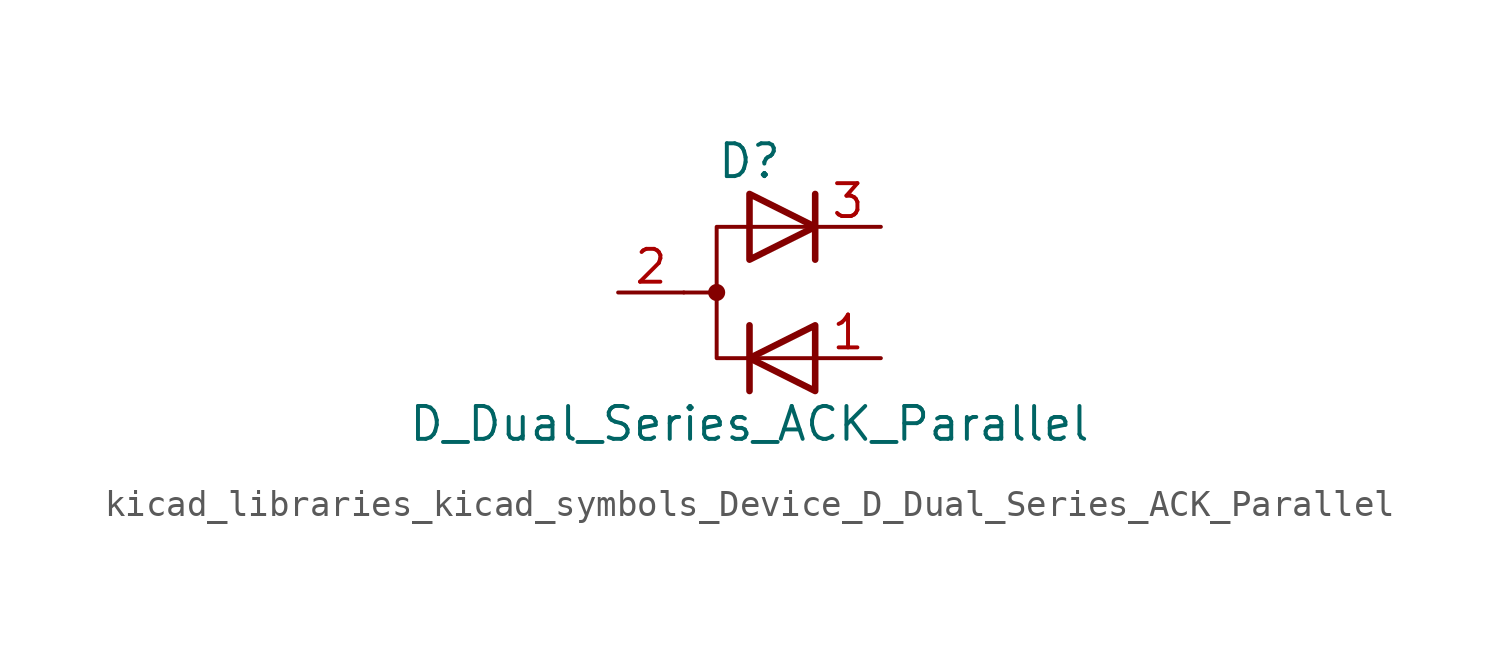
<source format=kicad_sym>
(kicad_symbol_lib
  (version 20220914)
  (generator kicad_symbol_editor)
  (symbol "kicad_libraries_kicad_symbols_Device_D_Dual_Series_ACK_Parallel"
    (pin_names
      (offset 0.762) hide)
    (property "Reference" "D"
      (at 0 5.08 0)
      (effects (font (size 1.27 1.27))))
    (property "Value" "D_Dual_Series_ACK_Parallel"
      (at 0 -5.08 0)
      (effects (font (size 1.27 1.27))))
    (symbol "kicad_libraries_kicad_symbols_Device_D_Dual_Series_ACK_Parallel_0_0"
      (polyline (pts (xy 0 -1.27) (xy 0 -3.81)) (stroke (width 0.254) (type default)) (fill (type none)))
      (polyline (pts (xy 2.54 3.81) (xy 2.54 1.27)) (stroke (width 0.254) (type default)) (fill (type none))))
    (symbol "kicad_libraries_kicad_symbols_Device_D_Dual_Series_ACK_Parallel_0_1"
      (circle (center -1.27 0) (radius 0.254) (stroke (width 0) (type default)) (fill (type outline)))
      (polyline (pts (xy -1.27 0) (xy -2.54 0)) (stroke (width 0) (type default)) (fill (type none)))
      (polyline (pts (xy 2.54 2.54) (xy -1.27 2.54) (xy -1.27 -2.54) (xy 2.54 -2.54)) (stroke (width 0) (type default)) (fill (type none)))
      (polyline (pts (xy 0 3.81) (xy 2.54 2.54) (xy 0 1.27) (xy 0 3.81) (xy 0 3.81) (xy 0 3.81)) (stroke (width 0.254) (type default)) (fill (type none)))
      (polyline (pts (xy 2.54 -1.27) (xy 0 -2.54) (xy 2.54 -3.81) (xy 2.54 -1.27) (xy 2.54 -1.27) (xy 2.54 -1.27)) (stroke (width 0.254) (type default)) (fill (type none)))
      (pin passive line (at 5.08 -2.54 180) (length 2.54) (name "K" (effects (font (size 1.27 1.27)))) (number "1" (effects (font (size 1.27 1.27)))))
      (pin passive line (at -5.08 0 0) (length 2.54) (name "A" (effects (font (size 1.27 1.27)))) (number "2" (effects (font (size 1.27 1.27)))))
      (pin passive line (at 5.08 2.54 180) (length 2.54) (name "K" (effects (font (size 1.27 1.27)))) (number "3" (effects (font (size 1.27 1.27))))))))
</source>
